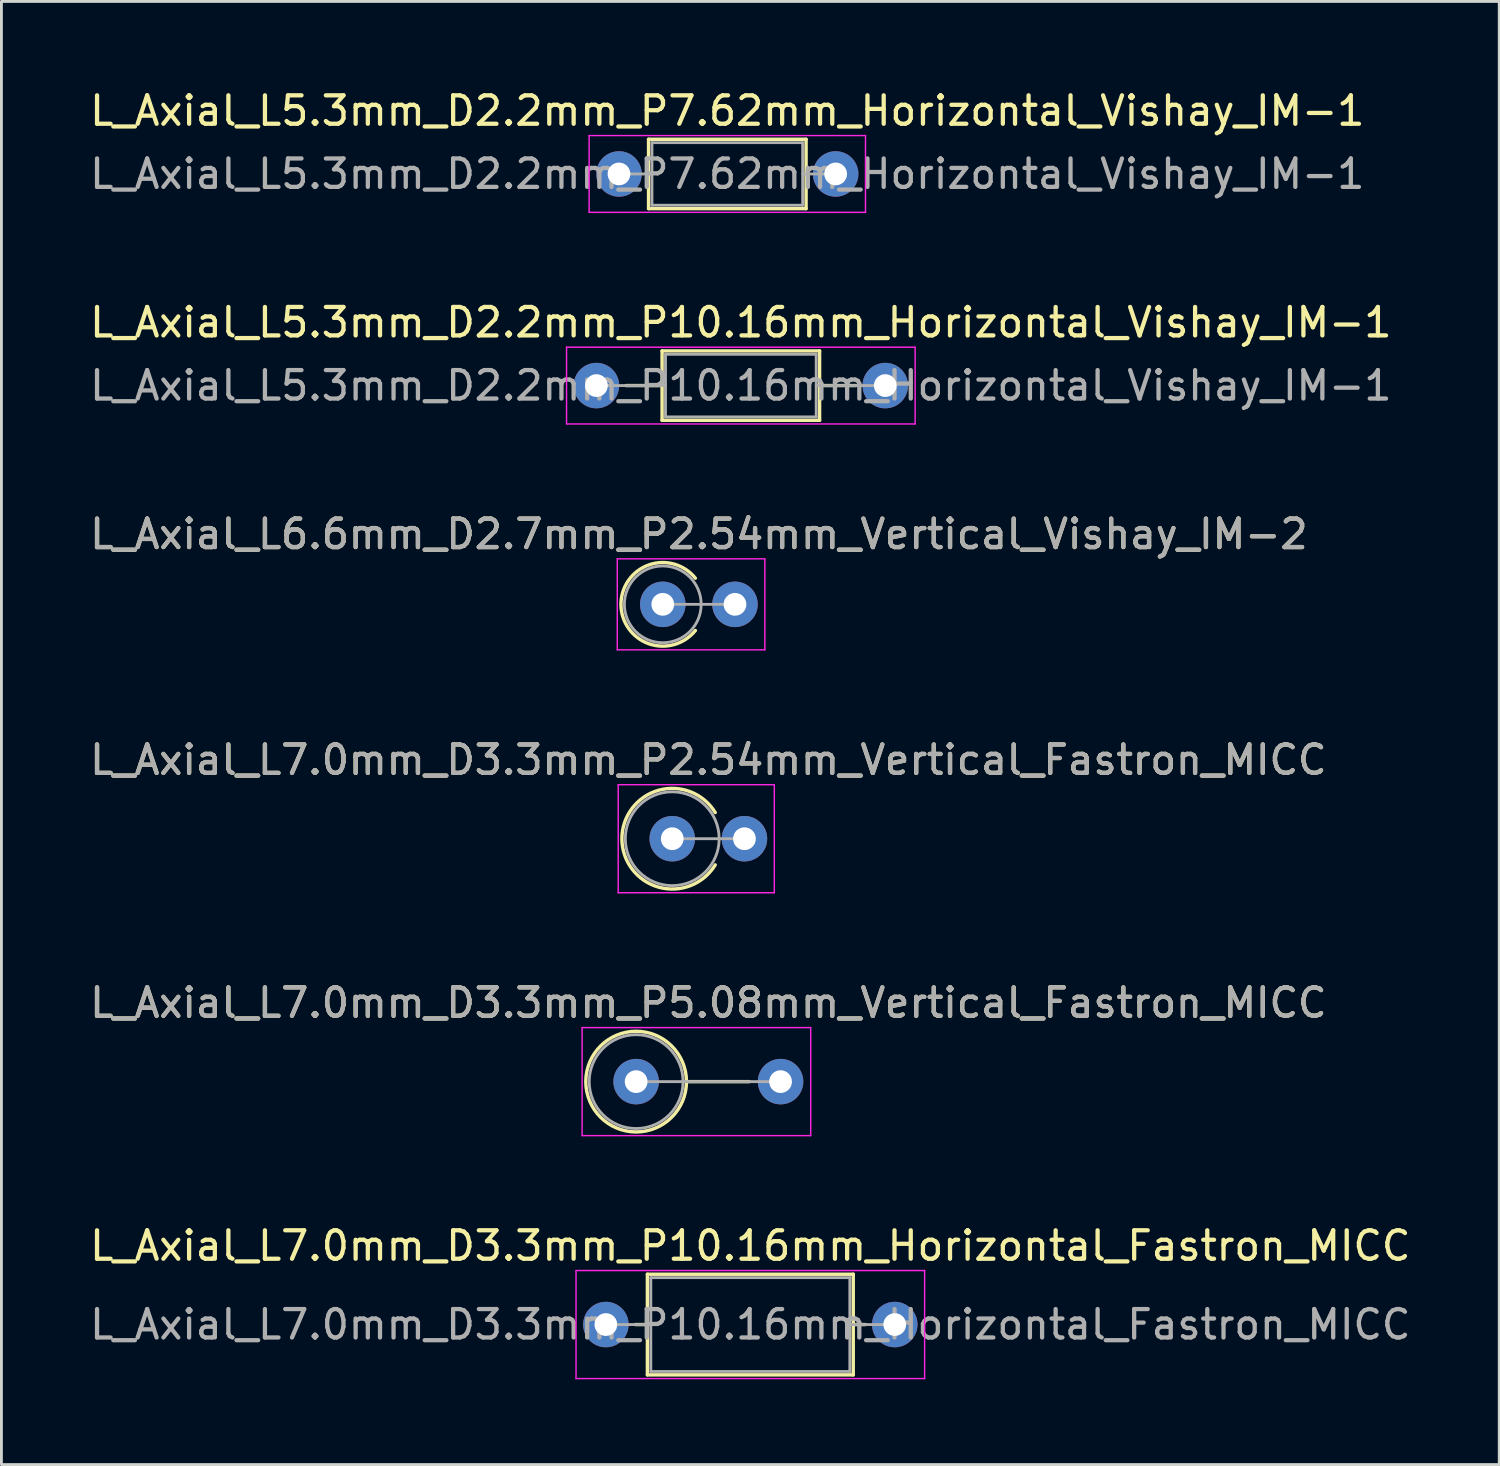
<source format=kicad_pcb>
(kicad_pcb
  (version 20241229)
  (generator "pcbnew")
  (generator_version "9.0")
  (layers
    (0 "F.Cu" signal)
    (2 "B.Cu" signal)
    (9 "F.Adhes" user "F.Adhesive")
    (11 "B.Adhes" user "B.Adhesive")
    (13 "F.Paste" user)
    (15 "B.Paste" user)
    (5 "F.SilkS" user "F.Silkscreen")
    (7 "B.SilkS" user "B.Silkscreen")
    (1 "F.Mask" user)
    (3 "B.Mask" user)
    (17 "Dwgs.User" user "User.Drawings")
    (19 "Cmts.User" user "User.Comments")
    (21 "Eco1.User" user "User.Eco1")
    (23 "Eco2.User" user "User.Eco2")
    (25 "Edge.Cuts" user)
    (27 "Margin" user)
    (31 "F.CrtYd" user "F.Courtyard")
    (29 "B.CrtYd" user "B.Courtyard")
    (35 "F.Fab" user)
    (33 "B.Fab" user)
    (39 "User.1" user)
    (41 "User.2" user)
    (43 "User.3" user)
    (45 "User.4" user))
  (footprint "L_Axial_L5.3mm_D2.2mm_P10.16mm_Horizontal_Vishay_IM-1"
    (layer "F.Cu")
    (at 17.926 10.511)
    (property "Reference" "L_Axial_L5.3mm_D2.2mm_P10.16mm_Horizontal_Vishay_IM-1" (at 5.08 -2.22 0) (layer "F.SilkS") (effects (font (size 1 1) (thickness 0.15))))
    (attr through_hole)
    (fp_line (start 1.04 0) (end 2.31 0) (stroke (width 0.12) (type solid)) (layer "F.SilkS"))
    (fp_line (start 2.31 -1.22) (end 2.31 1.22) (stroke (width 0.12) (type solid)) (layer "F.SilkS"))
    (fp_line (start 2.31 1.22) (end 7.85 1.22) (stroke (width 0.12) (type solid)) (layer "F.SilkS"))
    (fp_line (start 7.85 -1.22) (end 2.31 -1.22) (stroke (width 0.12) (type solid)) (layer "F.SilkS"))
    (fp_line (start 7.85 1.22) (end 7.85 -1.22) (stroke (width 0.12) (type solid)) (layer "F.SilkS"))
    (fp_line (start 9.12 0) (end 7.85 0) (stroke (width 0.12) (type solid)) (layer "F.SilkS"))
    (fp_line (start -1.05 -1.35) (end -1.05 1.35) (stroke (width 0.05) (type solid)) (layer "F.CrtYd"))
    (fp_line (start -1.05 1.35) (end 11.21 1.35) (stroke (width 0.05) (type solid)) (layer "F.CrtYd"))
    (fp_line (start 11.21 -1.35) (end -1.05 -1.35) (stroke (width 0.05) (type solid)) (layer "F.CrtYd"))
    (fp_line (start 11.21 1.35) (end 11.21 -1.35) (stroke (width 0.05) (type solid)) (layer "F.CrtYd"))
    (fp_line (start 0 0) (end 2.43 0) (stroke (width 0.1) (type solid)) (layer "F.Fab"))
    (fp_line (start 2.43 -1.1) (end 2.43 1.1) (stroke (width 0.1) (type solid)) (layer "F.Fab"))
    (fp_line (start 2.43 1.1) (end 7.73 1.1) (stroke (width 0.1) (type solid)) (layer "F.Fab"))
    (fp_line (start 7.73 -1.1) (end 2.43 -1.1) (stroke (width 0.1) (type solid)) (layer "F.Fab"))
    (fp_line (start 7.73 1.1) (end 7.73 -1.1) (stroke (width 0.1) (type solid)) (layer "F.Fab"))
    (fp_line (start 10.16 0) (end 7.73 0) (stroke (width 0.1) (type solid)) (layer "F.Fab"))
    (fp_text user "${REFERENCE}" (at 5.08 0 0) (layer "F.Fab") (effects (font (size 1 1) (thickness 0.15))))
    (pad "1" thru_hole circle (at 0 0) (size 1.6 1.6) (drill 0.8) (layers "*.Cu" "*.Mask"))
    (pad "2" thru_hole oval (at 10.16 0) (size 1.6 1.6) (drill 0.8) (layers "*.Cu" "*.Mask")))
  (footprint "L_Axial_L7.0mm_D3.3mm_P5.08mm_Vertical_Fastron_MICC"
    (layer "F.Cu")
    (at 19.323 34.991)
    (property "Reference" "L_Axial_L7.0mm_D3.3mm_P5.08mm_Vertical_Fastron_MICC" (at 2.54 -2.77 0) (layer "F.SilkS") (effects (font (size 1 1) (thickness 0.15))))
    (attr through_hole)
    (fp_line (start 1.77 0) (end 3.98 0) (stroke (width 0.12) (type solid)) (layer "F.SilkS"))
    (fp_circle (center 0 0) (end 1.77 0) (stroke (width 0.12) (type solid)) (fill no) (layer "F.SilkS"))
    (fp_line (start -1.9 -1.9) (end -1.9 1.9) (stroke (width 0.05) (type solid)) (layer "F.CrtYd"))
    (fp_line (start -1.9 1.9) (end 6.14 1.9) (stroke (width 0.05) (type solid)) (layer "F.CrtYd"))
    (fp_line (start 6.14 -1.9) (end -1.9 -1.9) (stroke (width 0.05) (type solid)) (layer "F.CrtYd"))
    (fp_line (start 6.14 1.9) (end 6.14 -1.9) (stroke (width 0.05) (type solid)) (layer "F.CrtYd"))
    (fp_line (start 0 0) (end 5.08 0) (stroke (width 0.1) (type solid)) (layer "F.Fab"))
    (fp_circle (center 0 0) (end 1.65 0) (stroke (width 0.1) (type solid)) (fill no) (layer "F.Fab"))
    (fp_text user "${REFERENCE}" (at 2.54 -2.77 0) (layer "F.Fab") (effects (font (size 1 1) (thickness 0.15))))
    (pad "1" thru_hole circle (at 0 0) (size 1.6 1.6) (drill 0.8) (layers "*.Cu" "*.Mask"))
    (pad "2" thru_hole oval (at 5.08 0) (size 1.6 1.6) (drill 0.8) (layers "*.Cu" "*.Mask")))
  (footprint "L_Axial_L6.6mm_D2.7mm_P2.54mm_Vertical_Vishay_IM-2"
    (layer "F.Cu")
    (at 20.26 18.205)
    (property "Reference" "L_Axial_L6.6mm_D2.7mm_P2.54mm_Vertical_Vishay_IM-2" (at 1.27 -2.47 0) (layer "F.SilkS") (effects (font (size 1 1) (thickness 0.15))))
    (attr through_hole)
    (fp_arc (start 1.146516 0.92) (mid -1.47 0) (end 1.146516 -0.92) (stroke (width 0.12) (type solid)) (layer "F.SilkS"))
    (fp_line (start -1.6 -1.6) (end -1.6 1.6) (stroke (width 0.05) (type solid)) (layer "F.CrtYd"))
    (fp_line (start -1.6 1.6) (end 3.59 1.6) (stroke (width 0.05) (type solid)) (layer "F.CrtYd"))
    (fp_line (start 3.59 -1.6) (end -1.6 -1.6) (stroke (width 0.05) (type solid)) (layer "F.CrtYd"))
    (fp_line (start 3.59 1.6) (end 3.59 -1.6) (stroke (width 0.05) (type solid)) (layer "F.CrtYd"))
    (fp_line (start 0 0) (end 2.54 0) (stroke (width 0.1) (type solid)) (layer "F.Fab"))
    (fp_circle (center 0 0) (end 1.35 0) (stroke (width 0.1) (type solid)) (fill no) (layer "F.Fab"))
    (fp_text user "${REFERENCE}" (at 1.27 -2.47 0) (layer "F.Fab") (effects (font (size 1 1) (thickness 0.15))))
    (pad "1" thru_hole circle (at 0 0) (size 1.6 1.6) (drill 0.8) (layers "*.Cu" "*.Mask"))
    (pad "2" thru_hole oval (at 2.54 0) (size 1.6 1.6) (drill 0.8) (layers "*.Cu" "*.Mask")))
  (footprint "L_Axial_L5.3mm_D2.2mm_P7.62mm_Horizontal_Vishay_IM-1"
    (layer "F.Cu")
    (at 18.72 3.068)
    (property "Reference" "L_Axial_L5.3mm_D2.2mm_P7.62mm_Horizontal_Vishay_IM-1" (at 3.81 -2.22 0) (layer "F.SilkS") (effects (font (size 1 1) (thickness 0.15))))
    (attr through_hole)
    (fp_line (start 1.04 -1.22) (end 1.04 1.22) (stroke (width 0.12) (type solid)) (layer "F.SilkS"))
    (fp_line (start 1.04 1.22) (end 6.58 1.22) (stroke (width 0.12) (type solid)) (layer "F.SilkS"))
    (fp_line (start 6.58 -1.22) (end 1.04 -1.22) (stroke (width 0.12) (type solid)) (layer "F.SilkS"))
    (fp_line (start 6.58 1.22) (end 6.58 -1.22) (stroke (width 0.12) (type solid)) (layer "F.SilkS"))
    (fp_line (start -1.05 -1.35) (end -1.05 1.35) (stroke (width 0.05) (type solid)) (layer "F.CrtYd"))
    (fp_line (start -1.05 1.35) (end 8.67 1.35) (stroke (width 0.05) (type solid)) (layer "F.CrtYd"))
    (fp_line (start 8.67 -1.35) (end -1.05 -1.35) (stroke (width 0.05) (type solid)) (layer "F.CrtYd"))
    (fp_line (start 8.67 1.35) (end 8.67 -1.35) (stroke (width 0.05) (type solid)) (layer "F.CrtYd"))
    (fp_line (start 0 0) (end 1.16 0) (stroke (width 0.1) (type solid)) (layer "F.Fab"))
    (fp_line (start 1.16 -1.1) (end 1.16 1.1) (stroke (width 0.1) (type solid)) (layer "F.Fab"))
    (fp_line (start 1.16 1.1) (end 6.46 1.1) (stroke (width 0.1) (type solid)) (layer "F.Fab"))
    (fp_line (start 6.46 -1.1) (end 1.16 -1.1) (stroke (width 0.1) (type solid)) (layer "F.Fab"))
    (fp_line (start 6.46 1.1) (end 6.46 -1.1) (stroke (width 0.1) (type solid)) (layer "F.Fab"))
    (fp_line (start 7.62 0) (end 6.46 0) (stroke (width 0.1) (type solid)) (layer "F.Fab"))
    (fp_text user "${REFERENCE}" (at 3.81 0 0) (layer "F.Fab") (effects (font (size 1 1) (thickness 0.15))))
    (pad "1" thru_hole circle (at 0 0) (size 1.6 1.6) (drill 0.8) (layers "*.Cu" "*.Mask"))
    (pad "2" thru_hole oval (at 7.62 0) (size 1.6 1.6) (drill 0.8) (layers "*.Cu" "*.Mask")))
  (footprint "L_Axial_L7.0mm_D3.3mm_P2.54mm_Vertical_Fastron_MICC"
    (layer "F.Cu")
    (at 20.593 26.448)
    (property "Reference" "L_Axial_L7.0mm_D3.3mm_P2.54mm_Vertical_Fastron_MICC" (at 1.27 -2.77 0) (layer "F.SilkS") (effects (font (size 1 1) (thickness 0.15))))
    (attr through_hole)
    (fp_arc (start 1.512118 0.92) (mid -1.77 0) (end 1.512118 -0.92) (stroke (width 0.12) (type solid)) (layer "F.SilkS"))
    (fp_line (start -1.9 -1.9) (end -1.9 1.9) (stroke (width 0.05) (type solid)) (layer "F.CrtYd"))
    (fp_line (start -1.9 1.9) (end 3.59 1.9) (stroke (width 0.05) (type solid)) (layer "F.CrtYd"))
    (fp_line (start 3.59 -1.9) (end -1.9 -1.9) (stroke (width 0.05) (type solid)) (layer "F.CrtYd"))
    (fp_line (start 3.59 1.9) (end 3.59 -1.9) (stroke (width 0.05) (type solid)) (layer "F.CrtYd"))
    (fp_line (start 0 0) (end 2.54 0) (stroke (width 0.1) (type solid)) (layer "F.Fab"))
    (fp_circle (center 0 0) (end 1.65 0) (stroke (width 0.1) (type solid)) (fill no) (layer "F.Fab"))
    (fp_text user "${REFERENCE}" (at 1.27 -2.77 0) (layer "F.Fab") (effects (font (size 1 1) (thickness 0.15))))
    (pad "1" thru_hole circle (at 0 0) (size 1.6 1.6) (drill 0.8) (layers "*.Cu" "*.Mask"))
    (pad "2" thru_hole oval (at 2.54 0) (size 1.6 1.6) (drill 0.8) (layers "*.Cu" "*.Mask")))
  (footprint "L_Axial_L7.0mm_D3.3mm_P10.16mm_Horizontal_Fastron_MICC"
    (layer "F.Cu")
    (at 18.259 43.535)
    (property "Reference" "L_Axial_L7.0mm_D3.3mm_P10.16mm_Horizontal_Fastron_MICC" (at 5.08 -2.77 0) (layer "F.SilkS") (effects (font (size 1 1) (thickness 0.15))))
    (attr through_hole)
    (fp_line (start 1.04 0) (end 1.46 0) (stroke (width 0.12) (type solid)) (layer "F.SilkS"))
    (fp_line (start 1.46 -1.77) (end 1.46 1.77) (stroke (width 0.12) (type solid)) (layer "F.SilkS"))
    (fp_line (start 1.46 1.77) (end 8.7 1.77) (stroke (width 0.12) (type solid)) (layer "F.SilkS"))
    (fp_line (start 8.7 -1.77) (end 1.46 -1.77) (stroke (width 0.12) (type solid)) (layer "F.SilkS"))
    (fp_line (start 8.7 1.77) (end 8.7 -1.77) (stroke (width 0.12) (type solid)) (layer "F.SilkS"))
    (fp_line (start 9.12 0) (end 8.7 0) (stroke (width 0.12) (type solid)) (layer "F.SilkS"))
    (fp_line (start -1.05 -1.9) (end -1.05 1.9) (stroke (width 0.05) (type solid)) (layer "F.CrtYd"))
    (fp_line (start -1.05 1.9) (end 11.21 1.9) (stroke (width 0.05) (type solid)) (layer "F.CrtYd"))
    (fp_line (start 11.21 -1.9) (end -1.05 -1.9) (stroke (width 0.05) (type solid)) (layer "F.CrtYd"))
    (fp_line (start 11.21 1.9) (end 11.21 -1.9) (stroke (width 0.05) (type solid)) (layer "F.CrtYd"))
    (fp_line (start 0 0) (end 1.58 0) (stroke (width 0.1) (type solid)) (layer "F.Fab"))
    (fp_line (start 1.58 -1.65) (end 1.58 1.65) (stroke (width 0.1) (type solid)) (layer "F.Fab"))
    (fp_line (start 1.58 1.65) (end 8.58 1.65) (stroke (width 0.1) (type solid)) (layer "F.Fab"))
    (fp_line (start 8.58 -1.65) (end 1.58 -1.65) (stroke (width 0.1) (type solid)) (layer "F.Fab"))
    (fp_line (start 8.58 1.65) (end 8.58 -1.65) (stroke (width 0.1) (type solid)) (layer "F.Fab"))
    (fp_line (start 10.16 0) (end 8.58 0) (stroke (width 0.1) (type solid)) (layer "F.Fab"))
    (fp_text user "${REFERENCE}" (at 5.08 0 0) (layer "F.Fab") (effects (font (size 1 1) (thickness 0.15))))
    (pad "1" thru_hole circle (at 0 0) (size 1.6 1.6) (drill 0.8) (layers "*.Cu" "*.Mask"))
    (pad "2" thru_hole oval (at 10.16 0) (size 1.6 1.6) (drill 0.8) (layers "*.Cu" "*.Mask")))
  (gr_rect
    (start -3 -3)
    (end 49.679 48.459)
    (stroke (width 0.1) (type default))
    (fill no)
    (layer "Edge.Cuts")))
</source>
